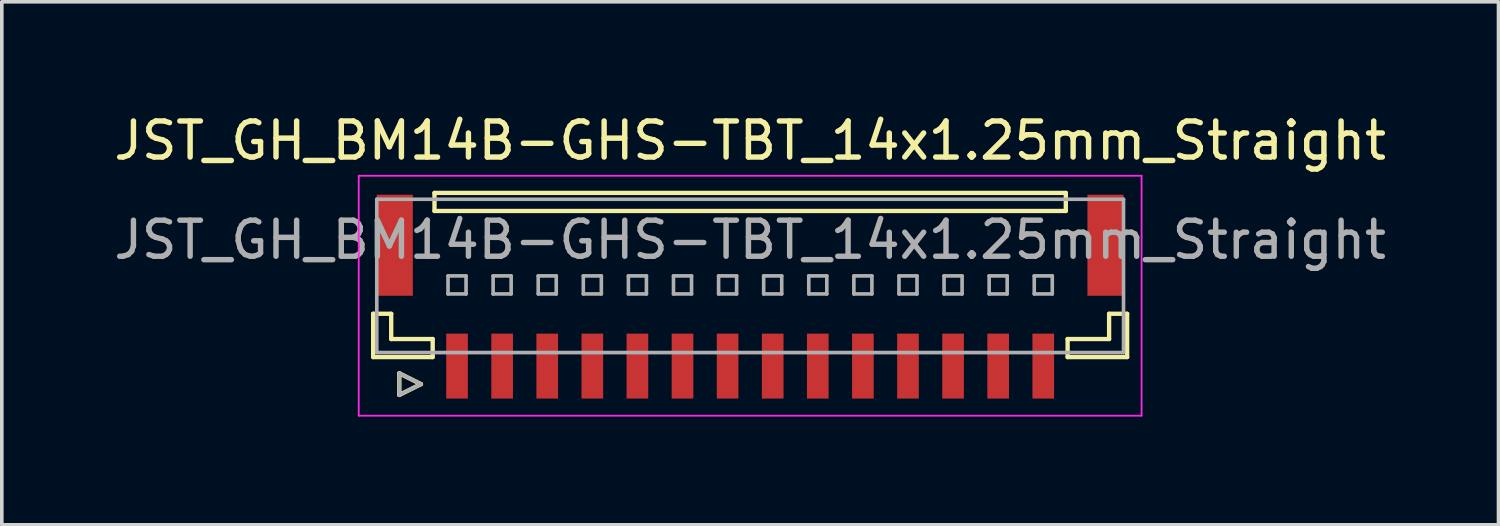
<source format=kicad_pcb>
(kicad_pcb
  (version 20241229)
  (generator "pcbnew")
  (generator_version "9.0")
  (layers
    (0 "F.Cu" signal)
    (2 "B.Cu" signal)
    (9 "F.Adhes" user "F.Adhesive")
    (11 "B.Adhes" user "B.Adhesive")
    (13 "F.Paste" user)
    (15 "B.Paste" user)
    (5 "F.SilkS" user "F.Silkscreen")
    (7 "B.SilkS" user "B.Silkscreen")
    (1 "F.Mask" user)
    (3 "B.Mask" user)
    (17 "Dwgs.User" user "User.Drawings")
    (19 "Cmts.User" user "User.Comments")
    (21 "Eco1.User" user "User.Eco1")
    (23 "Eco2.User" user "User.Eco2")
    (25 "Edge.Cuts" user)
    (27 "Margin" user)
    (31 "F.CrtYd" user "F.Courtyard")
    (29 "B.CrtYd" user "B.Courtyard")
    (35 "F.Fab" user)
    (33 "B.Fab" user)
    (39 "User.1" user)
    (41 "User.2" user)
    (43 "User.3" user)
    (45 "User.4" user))
  (footprint "JST_GH_BM14B-GHS-TBT_14x1.25mm_Straight"
    (layer "F.Cu")
    (at 17.744 5.423)
    (property "Reference" "JST_GH_BM14B-GHS-TBT_14x1.25mm_Straight" (at 0 -4.575 0) (layer "F.SilkS") (effects (font (size 1 1) (thickness 0.15))))
    (attr smd)
    (fp_line (start -10.45 0.225) (end -10.45 1.425) (stroke (width 0.12) (type solid)) (layer "F.SilkS"))
    (fp_line (start -10.45 1.425) (end -8.8 1.425) (stroke (width 0.12) (type solid)) (layer "F.SilkS"))
    (fp_line (start -9.95 0.225) (end -10.45 0.225) (stroke (width 0.12) (type solid)) (layer "F.SilkS"))
    (fp_line (start -9.95 0.925) (end -9.95 0.225) (stroke (width 0.12) (type solid)) (layer "F.SilkS"))
    (fp_line (start -9.725 1.875) (end -9.125 2.175) (stroke (width 0.12) (type solid)) (layer "F.SilkS"))
    (fp_line (start -9.725 2.475) (end -9.725 1.875) (stroke (width 0.12) (type solid)) (layer "F.SilkS"))
    (fp_line (start -9.125 2.175) (end -9.725 2.475) (stroke (width 0.12) (type solid)) (layer "F.SilkS"))
    (fp_line (start -8.8 0.925) (end -9.95 0.925) (stroke (width 0.12) (type solid)) (layer "F.SilkS"))
    (fp_line (start -8.8 1.425) (end -8.8 0.925) (stroke (width 0.12) (type solid)) (layer "F.SilkS"))
    (fp_line (start -8.75 -3.125) (end 8.75 -3.125) (stroke (width 0.12) (type solid)) (layer "F.SilkS"))
    (fp_line (start -8.75 -2.625) (end -8.75 -3.125) (stroke (width 0.12) (type solid)) (layer "F.SilkS"))
    (fp_line (start 8.75 -3.125) (end 8.75 -2.625) (stroke (width 0.12) (type solid)) (layer "F.SilkS"))
    (fp_line (start 8.75 -2.625) (end -8.75 -2.625) (stroke (width 0.12) (type solid)) (layer "F.SilkS"))
    (fp_line (start 8.8 0.925) (end 9.95 0.925) (stroke (width 0.12) (type solid)) (layer "F.SilkS"))
    (fp_line (start 8.8 1.425) (end 8.8 0.925) (stroke (width 0.12) (type solid)) (layer "F.SilkS"))
    (fp_line (start 9.95 0.225) (end 10.45 0.225) (stroke (width 0.12) (type solid)) (layer "F.SilkS"))
    (fp_line (start 9.95 0.925) (end 9.95 0.225) (stroke (width 0.12) (type solid)) (layer "F.SilkS"))
    (fp_line (start 10.45 0.225) (end 10.45 1.425) (stroke (width 0.12) (type solid)) (layer "F.SilkS"))
    (fp_line (start 10.45 1.425) (end 8.8 1.425) (stroke (width 0.12) (type solid)) (layer "F.SilkS"))
    (fp_line (start -10.85 -3.6) (end 10.85 -3.6) (stroke (width 0.05) (type solid)) (layer "F.CrtYd"))
    (fp_line (start -10.85 3.05) (end -10.85 -3.6) (stroke (width 0.05) (type solid)) (layer "F.CrtYd"))
    (fp_line (start 10.85 -3.6) (end 10.85 3.05) (stroke (width 0.05) (type solid)) (layer "F.CrtYd"))
    (fp_line (start 10.85 3.05) (end -10.85 3.05) (stroke (width 0.05) (type solid)) (layer "F.CrtYd"))
    (fp_line (start -10.35 -2.95) (end 10.35 -2.95) (stroke (width 0.1) (type solid)) (layer "F.Fab"))
    (fp_line (start -10.35 1.3) (end -10.35 -2.95) (stroke (width 0.1) (type solid)) (layer "F.Fab"))
    (fp_line (start -9.725 1.875) (end -9.125 2.175) (stroke (width 0.1) (type solid)) (layer "F.Fab"))
    (fp_line (start -9.725 2.475) (end -9.725 1.875) (stroke (width 0.1) (type solid)) (layer "F.Fab"))
    (fp_line (start -9.125 2.175) (end -9.725 2.475) (stroke (width 0.1) (type solid)) (layer "F.Fab"))
    (fp_line (start -8.375 -0.825) (end -7.875 -0.825) (stroke (width 0.1) (type solid)) (layer "F.Fab"))
    (fp_line (start -8.375 -0.325) (end -8.375 -0.825) (stroke (width 0.1) (type solid)) (layer "F.Fab"))
    (fp_line (start -7.875 -0.825) (end -7.875 -0.325) (stroke (width 0.1) (type solid)) (layer "F.Fab"))
    (fp_line (start -7.875 -0.325) (end -8.375 -0.325) (stroke (width 0.1) (type solid)) (layer "F.Fab"))
    (fp_line (start -7.125 -0.825) (end -6.625 -0.825) (stroke (width 0.1) (type solid)) (layer "F.Fab"))
    (fp_line (start -7.125 -0.325) (end -7.125 -0.825) (stroke (width 0.1) (type solid)) (layer "F.Fab"))
    (fp_line (start -6.625 -0.825) (end -6.625 -0.325) (stroke (width 0.1) (type solid)) (layer "F.Fab"))
    (fp_line (start -6.625 -0.325) (end -7.125 -0.325) (stroke (width 0.1) (type solid)) (layer "F.Fab"))
    (fp_line (start -5.875 -0.825) (end -5.375 -0.825) (stroke (width 0.1) (type solid)) (layer "F.Fab"))
    (fp_line (start -5.875 -0.325) (end -5.875 -0.825) (stroke (width 0.1) (type solid)) (layer "F.Fab"))
    (fp_line (start -5.375 -0.825) (end -5.375 -0.325) (stroke (width 0.1) (type solid)) (layer "F.Fab"))
    (fp_line (start -5.375 -0.325) (end -5.875 -0.325) (stroke (width 0.1) (type solid)) (layer "F.Fab"))
    (fp_line (start -4.625 -0.825) (end -4.125 -0.825) (stroke (width 0.1) (type solid)) (layer "F.Fab"))
    (fp_line (start -4.625 -0.325) (end -4.625 -0.825) (stroke (width 0.1) (type solid)) (layer "F.Fab"))
    (fp_line (start -4.125 -0.825) (end -4.125 -0.325) (stroke (width 0.1) (type solid)) (layer "F.Fab"))
    (fp_line (start -4.125 -0.325) (end -4.625 -0.325) (stroke (width 0.1) (type solid)) (layer "F.Fab"))
    (fp_line (start -3.375 -0.825) (end -2.875 -0.825) (stroke (width 0.1) (type solid)) (layer "F.Fab"))
    (fp_line (start -3.375 -0.325) (end -3.375 -0.825) (stroke (width 0.1) (type solid)) (layer "F.Fab"))
    (fp_line (start -2.875 -0.825) (end -2.875 -0.325) (stroke (width 0.1) (type solid)) (layer "F.Fab"))
    (fp_line (start -2.875 -0.325) (end -3.375 -0.325) (stroke (width 0.1) (type solid)) (layer "F.Fab"))
    (fp_line (start -2.125 -0.825) (end -1.625 -0.825) (stroke (width 0.1) (type solid)) (layer "F.Fab"))
    (fp_line (start -2.125 -0.325) (end -2.125 -0.825) (stroke (width 0.1) (type solid)) (layer "F.Fab"))
    (fp_line (start -1.625 -0.825) (end -1.625 -0.325) (stroke (width 0.1) (type solid)) (layer "F.Fab"))
    (fp_line (start -1.625 -0.325) (end -2.125 -0.325) (stroke (width 0.1) (type solid)) (layer "F.Fab"))
    (fp_line (start -0.875 -0.825) (end -0.375 -0.825) (stroke (width 0.1) (type solid)) (layer "F.Fab"))
    (fp_line (start -0.875 -0.325) (end -0.875 -0.825) (stroke (width 0.1) (type solid)) (layer "F.Fab"))
    (fp_line (start -0.375 -0.825) (end -0.375 -0.325) (stroke (width 0.1) (type solid)) (layer "F.Fab"))
    (fp_line (start -0.375 -0.325) (end -0.875 -0.325) (stroke (width 0.1) (type solid)) (layer "F.Fab"))
    (fp_line (start 0.375 -0.825) (end 0.875 -0.825) (stroke (width 0.1) (type solid)) (layer "F.Fab"))
    (fp_line (start 0.375 -0.325) (end 0.375 -0.825) (stroke (width 0.1) (type solid)) (layer "F.Fab"))
    (fp_line (start 0.875 -0.825) (end 0.875 -0.325) (stroke (width 0.1) (type solid)) (layer "F.Fab"))
    (fp_line (start 0.875 -0.325) (end 0.375 -0.325) (stroke (width 0.1) (type solid)) (layer "F.Fab"))
    (fp_line (start 1.625 -0.825) (end 2.125 -0.825) (stroke (width 0.1) (type solid)) (layer "F.Fab"))
    (fp_line (start 1.625 -0.325) (end 1.625 -0.825) (stroke (width 0.1) (type solid)) (layer "F.Fab"))
    (fp_line (start 2.125 -0.825) (end 2.125 -0.325) (stroke (width 0.1) (type solid)) (layer "F.Fab"))
    (fp_line (start 2.125 -0.325) (end 1.625 -0.325) (stroke (width 0.1) (type solid)) (layer "F.Fab"))
    (fp_line (start 2.875 -0.825) (end 3.375 -0.825) (stroke (width 0.1) (type solid)) (layer "F.Fab"))
    (fp_line (start 2.875 -0.325) (end 2.875 -0.825) (stroke (width 0.1) (type solid)) (layer "F.Fab"))
    (fp_line (start 3.375 -0.825) (end 3.375 -0.325) (stroke (width 0.1) (type solid)) (layer "F.Fab"))
    (fp_line (start 3.375 -0.325) (end 2.875 -0.325) (stroke (width 0.1) (type solid)) (layer "F.Fab"))
    (fp_line (start 4.125 -0.825) (end 4.625 -0.825) (stroke (width 0.1) (type solid)) (layer "F.Fab"))
    (fp_line (start 4.125 -0.325) (end 4.125 -0.825) (stroke (width 0.1) (type solid)) (layer "F.Fab"))
    (fp_line (start 4.625 -0.825) (end 4.625 -0.325) (stroke (width 0.1) (type solid)) (layer "F.Fab"))
    (fp_line (start 4.625 -0.325) (end 4.125 -0.325) (stroke (width 0.1) (type solid)) (layer "F.Fab"))
    (fp_line (start 5.375 -0.825) (end 5.875 -0.825) (stroke (width 0.1) (type solid)) (layer "F.Fab"))
    (fp_line (start 5.375 -0.325) (end 5.375 -0.825) (stroke (width 0.1) (type solid)) (layer "F.Fab"))
    (fp_line (start 5.875 -0.825) (end 5.875 -0.325) (stroke (width 0.1) (type solid)) (layer "F.Fab"))
    (fp_line (start 5.875 -0.325) (end 5.375 -0.325) (stroke (width 0.1) (type solid)) (layer "F.Fab"))
    (fp_line (start 6.625 -0.825) (end 7.125 -0.825) (stroke (width 0.1) (type solid)) (layer "F.Fab"))
    (fp_line (start 6.625 -0.325) (end 6.625 -0.825) (stroke (width 0.1) (type solid)) (layer "F.Fab"))
    (fp_line (start 7.125 -0.825) (end 7.125 -0.325) (stroke (width 0.1) (type solid)) (layer "F.Fab"))
    (fp_line (start 7.125 -0.325) (end 6.625 -0.325) (stroke (width 0.1) (type solid)) (layer "F.Fab"))
    (fp_line (start 7.875 -0.825) (end 8.375 -0.825) (stroke (width 0.1) (type solid)) (layer "F.Fab"))
    (fp_line (start 7.875 -0.325) (end 7.875 -0.825) (stroke (width 0.1) (type solid)) (layer "F.Fab"))
    (fp_line (start 8.375 -0.825) (end 8.375 -0.325) (stroke (width 0.1) (type solid)) (layer "F.Fab"))
    (fp_line (start 8.375 -0.325) (end 7.875 -0.325) (stroke (width 0.1) (type solid)) (layer "F.Fab"))
    (fp_line (start 10.35 -2.95) (end 10.35 1.3) (stroke (width 0.1) (type solid)) (layer "F.Fab"))
    (fp_line (start 10.35 1.3) (end -10.35 1.3) (stroke (width 0.1) (type solid)) (layer "F.Fab"))
    (fp_text user "${REFERENCE}" (at 0 -1.825 0) (layer "F.Fab") (effects (font (size 1 1) (thickness 0.15))))
    (pad "" smd rect (at -9.85 -1.675) (size 1 2.8) (layers "F.Cu" "F.Mask" "F.Paste"))
    (pad "" smd rect (at 9.85 -1.675) (size 1 2.8) (layers "F.Cu" "F.Mask" "F.Paste"))
    (pad "1" smd rect (at -8.125 1.675) (size 0.6 1.8) (layers "F.Cu" "F.Mask" "F.Paste"))
    (pad "2" smd rect (at -6.875 1.675) (size 0.6 1.8) (layers "F.Cu" "F.Mask" "F.Paste"))
    (pad "3" smd rect (at -5.625 1.675) (size 0.6 1.8) (layers "F.Cu" "F.Mask" "F.Paste"))
    (pad "4" smd rect (at -4.375 1.675) (size 0.6 1.8) (layers "F.Cu" "F.Mask" "F.Paste"))
    (pad "5" smd rect (at -3.125 1.675) (size 0.6 1.8) (layers "F.Cu" "F.Mask" "F.Paste"))
    (pad "6" smd rect (at -1.875 1.675) (size 0.6 1.8) (layers "F.Cu" "F.Mask" "F.Paste"))
    (pad "7" smd rect (at -0.625 1.675) (size 0.6 1.8) (layers "F.Cu" "F.Mask" "F.Paste"))
    (pad "8" smd rect (at 0.625 1.675) (size 0.6 1.8) (layers "F.Cu" "F.Mask" "F.Paste"))
    (pad "9" smd rect (at 1.875 1.675) (size 0.6 1.8) (layers "F.Cu" "F.Mask" "F.Paste"))
    (pad "10" smd rect (at 3.125 1.675) (size 0.6 1.8) (layers "F.Cu" "F.Mask" "F.Paste"))
    (pad "11" smd rect (at 4.375 1.675) (size 0.6 1.8) (layers "F.Cu" "F.Mask" "F.Paste"))
    (pad "12" smd rect (at 5.625 1.675) (size 0.6 1.8) (layers "F.Cu" "F.Mask" "F.Paste"))
    (pad "13" smd rect (at 6.875 1.675) (size 0.6 1.8) (layers "F.Cu" "F.Mask" "F.Paste"))
    (pad "14" smd rect (at 8.125 1.675) (size 0.6 1.8) (layers "F.Cu" "F.Mask" "F.Paste")))
  (gr_rect
    (start -3 -3)
    (end 38.488 11.498)
    (stroke (width 0.1) (type default))
    (fill no)
    (layer "Edge.Cuts")))
</source>
